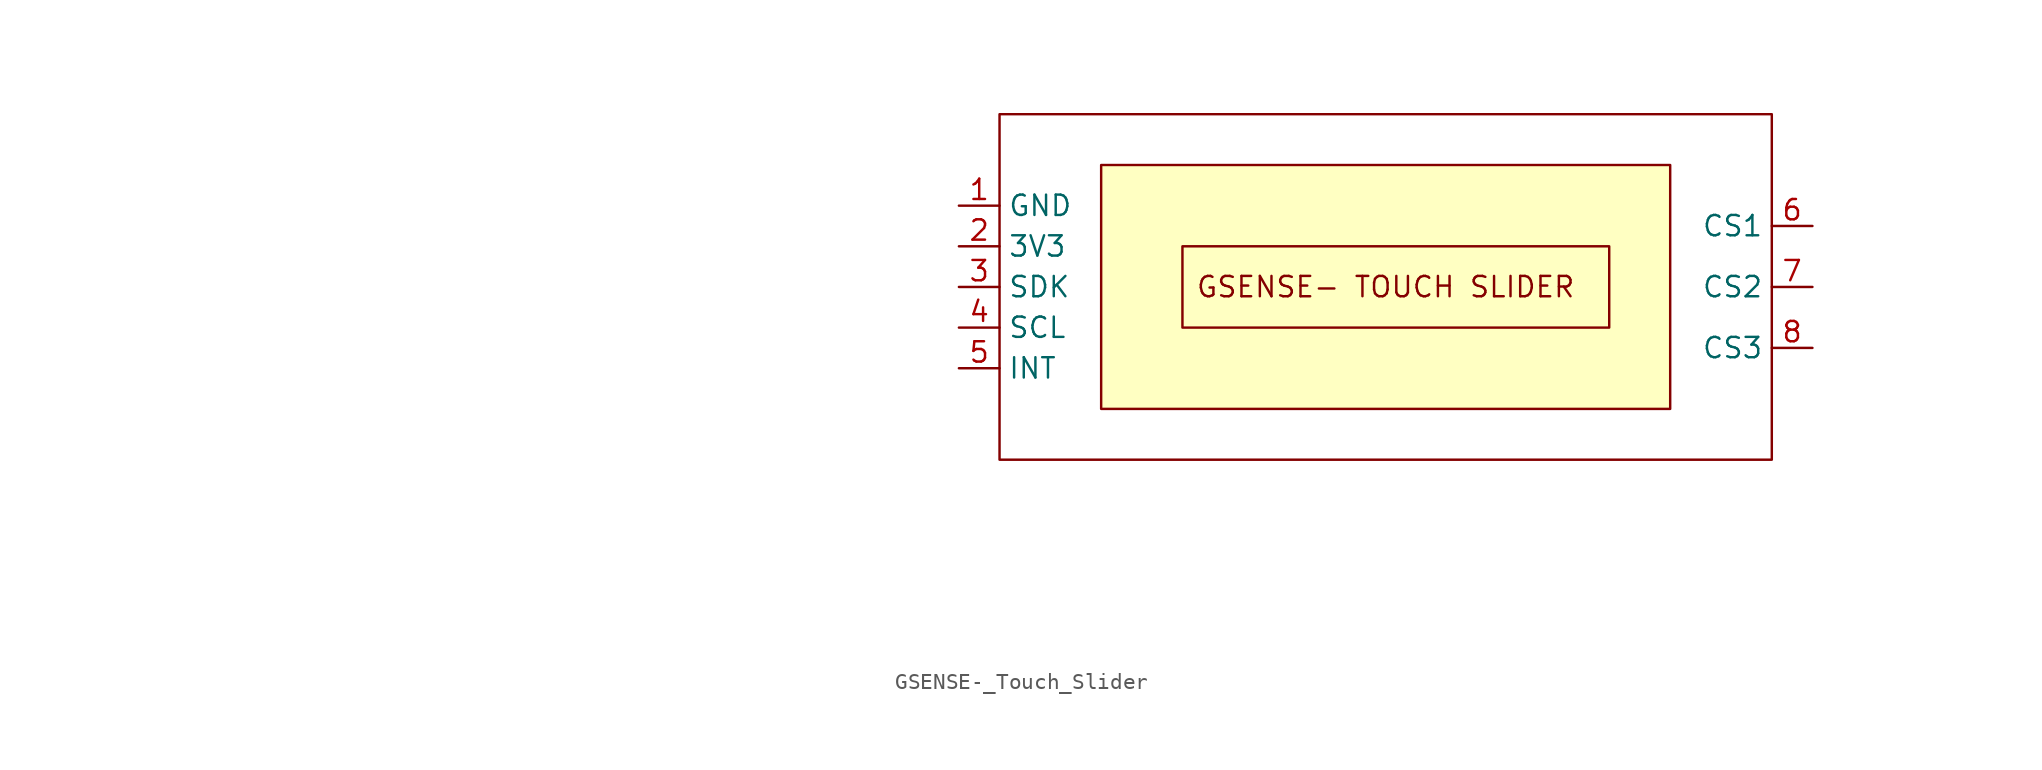
<source format=kicad_sym>
(kicad_symbol_lib
  (version 20241209)
  (generator "kicad_symbol_editor")
  (generator_version "9.0")
  (symbol "GSENSE-_Touch_Slider"
    (property "Reference" "U"
      (at -58.928 -10.414 0)
      (effects (font (size 1.27 1.27)) (hide yes)))
    (property "Value" ""
      (at -72.39 -20.32 0)
      (effects (font (size 1.27 1.27))))
    (symbol "GSENSE-_Touch_Slider_0_1"
      (rectangle (start -24.13 10.795) (end 24.13 -10.795) (stroke (width 0) (type default)) (fill (type none))))
    (symbol "GSENSE-_Touch_Slider_1_1"
      (rectangle (start -17.78 7.62) (end 17.78 -7.62) (stroke (width 0) (type solid)) (fill (type background)))
      (rectangle (start -12.7 2.54) (end 13.97 -2.54) (stroke (width 0) (type default)) (fill (type none)))
      (text "GSENSE- TOUCH SLIDER\n" (at 0 0 0) (effects (font (size 1.27 1.27))))
      (pin power_in line (at -26.67 5.08 0) (length 2.54) (name "GND" (effects (font (size 1.27 1.27)))) (number "1" (effects (font (size 1.27 1.27)))))
      (pin power_in line (at -26.67 2.54 0) (length 2.54) (name "3V3" (effects (font (size 1.27 1.27)))) (number "2" (effects (font (size 1.27 1.27)))))
      (pin bidirectional line (at -26.67 0 0) (length 2.54) (name "SDK" (effects (font (size 1.27 1.27)))) (number "3" (effects (font (size 1.27 1.27)))))
      (pin bidirectional line (at -26.67 -2.54 0) (length 2.54) (name "SCL" (effects (font (size 1.27 1.27)))) (number "4" (effects (font (size 1.27 1.27)))))
      (pin bidirectional line (at -26.67 -5.08 0) (length 2.54) (name "INT" (effects (font (size 1.27 1.27)))) (number "5" (effects (font (size 1.27 1.27)))))
      (pin bidirectional line (at 26.67 3.81 180) (length 2.54) (name "CS1" (effects (font (size 1.27 1.27)))) (number "6" (effects (font (size 1.27 1.27)))))
      (pin bidirectional line (at 26.67 0 180) (length 2.54) (name "CS2" (effects (font (size 1.27 1.27)))) (number "7" (effects (font (size 1.27 1.27)))))
      (pin bidirectional line (at 26.67 -3.81 180) (length 2.54) (name "CS3" (effects (font (size 1.27 1.27)))) (number "8" (effects (font (size 1.27 1.27))))))))
</source>
